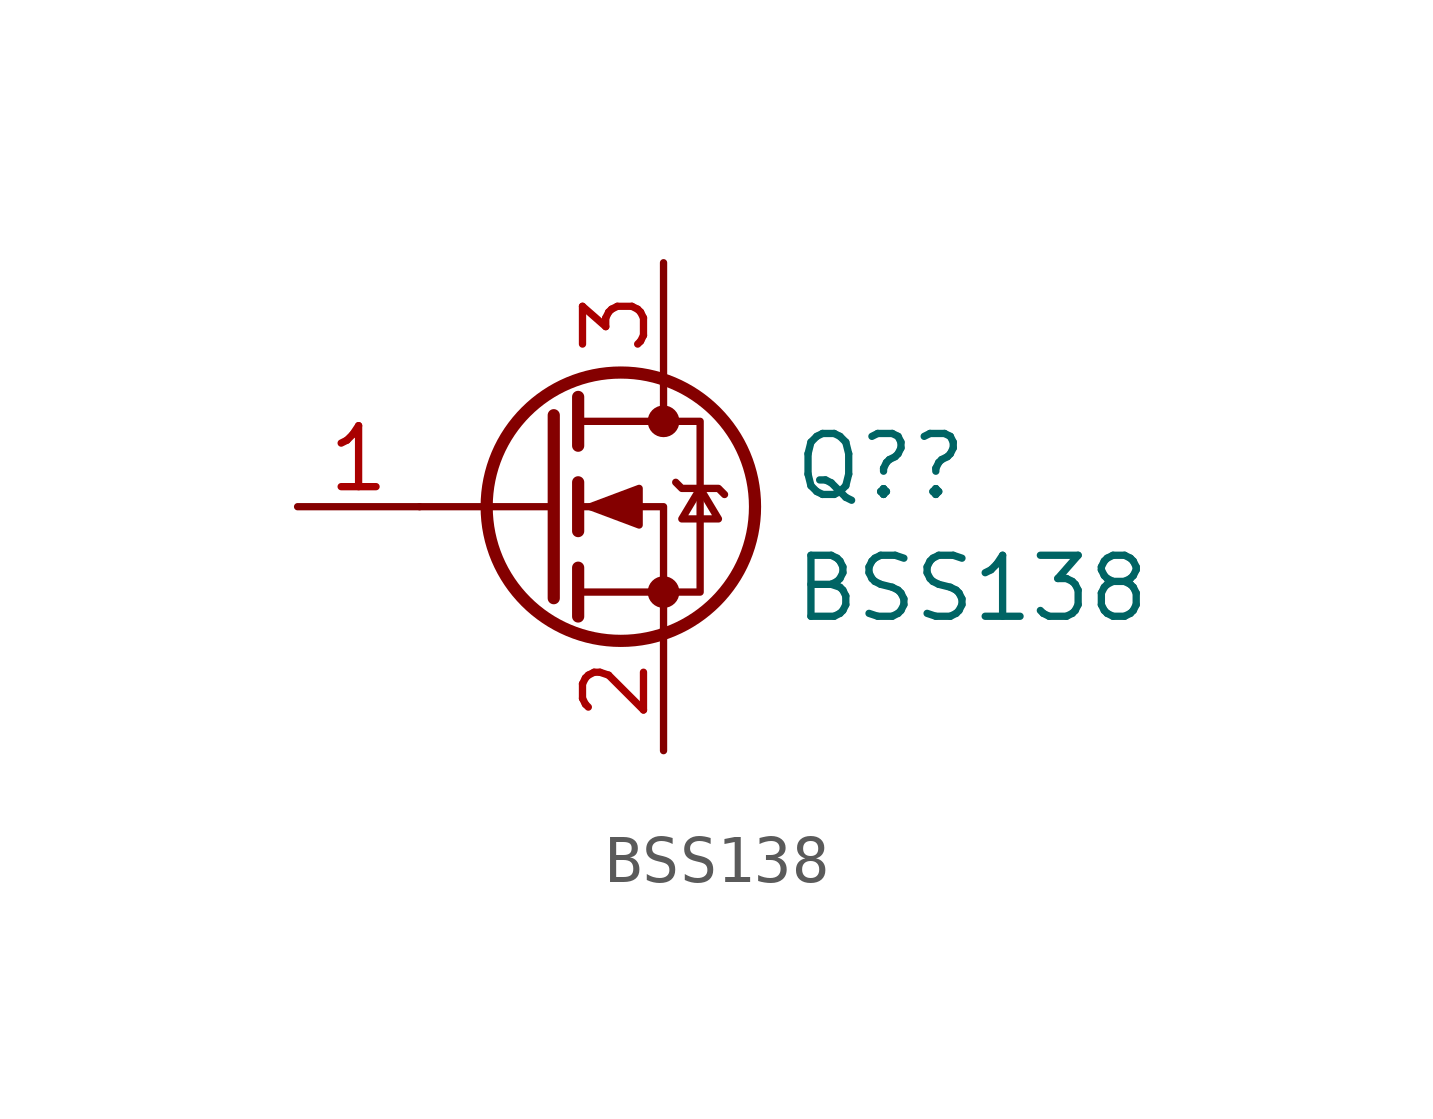
<source format=kicad_sym>
(kicad_symbol_lib
  (version 20211014)
  (generator kicad_symbol_editor)
  (symbol "BSS138"
    (pin_names hide)
    (property "Reference" "Q?"
      (at 5.207 0.835 0)
      (effects (font (size 1.27 1.27)) (justify left)))
    (property "Value" "BSS138"
      (at 5.207 -1.702 0)
      (effects (font (size 1.27 1.27)) (justify left)))
    (symbol "BSS138_0_1"
      (polyline (pts (xy 0.254 0) (xy -2.54 0)) (stroke (width 0) (type default) (color 0 0 0 0)) (fill (type none)))
      (polyline (pts (xy 0.254 1.905) (xy 0.254 -1.905)) (stroke (width 0.254) (type default) (color 0 0 0 0)) (fill (type none)))
      (polyline (pts (xy 0.762 -1.27) (xy 0.762 -2.286)) (stroke (width 0.254) (type default) (color 0 0 0 0)) (fill (type none)))
      (polyline (pts (xy 0.762 0.508) (xy 0.762 -0.508)) (stroke (width 0.254) (type default) (color 0 0 0 0)) (fill (type none)))
      (polyline (pts (xy 0.762 2.286) (xy 0.762 1.27)) (stroke (width 0.254) (type default) (color 0 0 0 0)) (fill (type none)))
      (polyline (pts (xy 2.54 2.54) (xy 2.54 1.778)) (stroke (width 0) (type default) (color 0 0 0 0)) (fill (type none)))
      (polyline (pts (xy 2.54 -2.54) (xy 2.54 0) (xy 0.762 0)) (stroke (width 0) (type default) (color 0 0 0 0)) (fill (type none)))
      (polyline (pts (xy 0.762 -1.778) (xy 3.302 -1.778) (xy 3.302 1.778) (xy 0.762 1.778)) (stroke (width 0) (type default) (color 0 0 0 0)) (fill (type none)))
      (polyline (pts (xy 1.016 0) (xy 2.032 0.381) (xy 2.032 -0.381) (xy 1.016 0)) (stroke (width 0) (type default) (color 0 0 0 0)) (fill (type outline)))
      (polyline (pts (xy 2.794 0.508) (xy 2.921 0.381) (xy 3.683 0.381) (xy 3.81 0.254)) (stroke (width 0) (type default) (color 0 0 0 0)) (fill (type none)))
      (polyline (pts (xy 3.302 0.381) (xy 2.921 -0.254) (xy 3.683 -0.254) (xy 3.302 0.381)) (stroke (width 0) (type default) (color 0 0 0 0)) (fill (type none)))
      (circle (center 1.651 0) (radius 2.794) (stroke (width 0.254) (type default) (color 0 0 0 0)) (fill (type none)))
      (circle (center 2.54 -1.778) (radius 0.254) (stroke (width 0) (type default) (color 0 0 0 0)) (fill (type outline)))
      (circle (center 2.54 1.778) (radius 0.254) (stroke (width 0) (type default) (color 0 0 0 0)) (fill (type outline))))
    (symbol "BSS138_1_1"
      (pin input line (at -5.08 0 0) (length 2.54) (name "G" (effects (font (size 1.27 1.27)))) (number "1" (effects (font (size 1.27 1.27)))))
      (pin passive line (at 2.54 -5.08 90) (length 2.54) (name "S" (effects (font (size 1.27 1.27)))) (number "2" (effects (font (size 1.27 1.27)))))
      (pin passive line (at 2.54 5.08 270) (length 2.54) (name "D" (effects (font (size 1.27 1.27)))) (number "3" (effects (font (size 1.27 1.27))))))))
</source>
